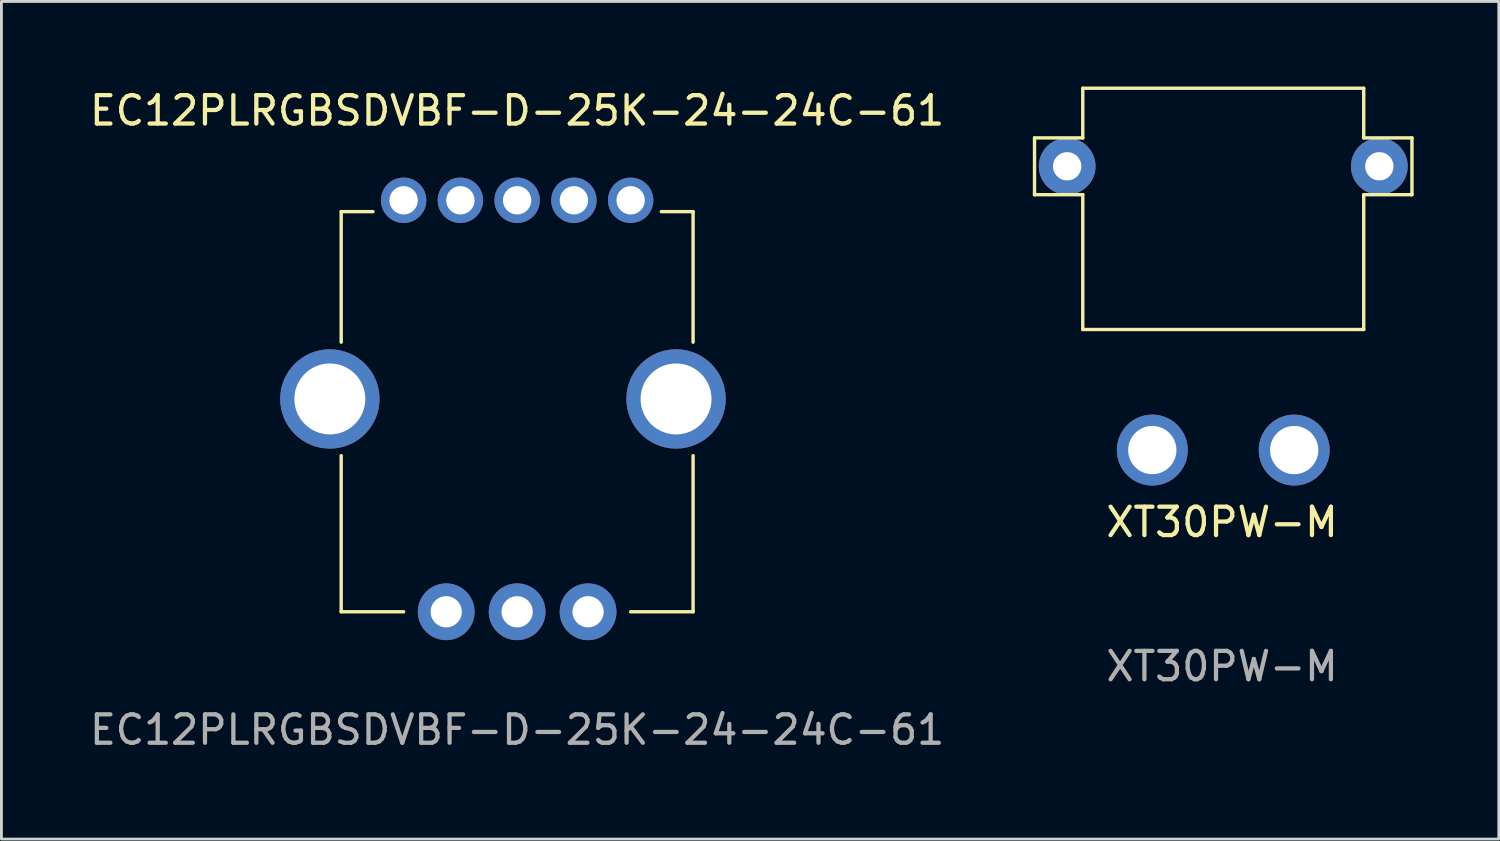
<source format=kicad_pcb>
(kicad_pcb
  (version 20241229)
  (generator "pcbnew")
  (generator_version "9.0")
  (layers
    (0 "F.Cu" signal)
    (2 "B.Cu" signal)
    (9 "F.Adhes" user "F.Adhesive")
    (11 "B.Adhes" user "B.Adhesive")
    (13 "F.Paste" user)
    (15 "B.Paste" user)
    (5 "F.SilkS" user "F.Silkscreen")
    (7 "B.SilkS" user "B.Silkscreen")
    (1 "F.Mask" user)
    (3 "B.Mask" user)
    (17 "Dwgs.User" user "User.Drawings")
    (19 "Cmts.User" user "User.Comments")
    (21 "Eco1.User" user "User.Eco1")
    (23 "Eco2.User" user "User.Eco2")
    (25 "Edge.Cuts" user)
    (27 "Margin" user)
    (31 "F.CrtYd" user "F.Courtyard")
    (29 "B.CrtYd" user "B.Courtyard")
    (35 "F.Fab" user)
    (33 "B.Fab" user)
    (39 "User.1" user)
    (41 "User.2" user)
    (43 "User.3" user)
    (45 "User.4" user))
  (footprint "XT30PW-M"
    (layer "F.Cu")
    (at 40.015 12.81)
    (property "Reference" "XT30PW-M" (at 0 2.54 0) (unlocked yes) (layer "F.SilkS") (effects (font (size 1 1) (thickness 0.15))))
    (attr through_hole)
    (fp_line (start -6.61 -11) (end -4.91 -11) (stroke (width 0.12) (type solid)) (layer "F.SilkS"))
    (fp_line (start -6.61 -9) (end -6.61 -11) (stroke (width 0.12) (type solid)) (layer "F.SilkS"))
    (fp_line (start -4.91 -12.75) (end 4.99 -12.75) (stroke (width 0.12) (type solid)) (layer "F.SilkS"))
    (fp_line (start -4.91 -11) (end -4.91 -12.75) (stroke (width 0.12) (type solid)) (layer "F.SilkS"))
    (fp_line (start -4.91 -9) (end -6.61 -9) (stroke (width 0.12) (type solid)) (layer "F.SilkS"))
    (fp_line (start -4.91 -4.25) (end -4.91 -9) (stroke (width 0.12) (type solid)) (layer "F.SilkS"))
    (fp_line (start 4.99 -12.75) (end 4.99 -11) (stroke (width 0.12) (type solid)) (layer "F.SilkS"))
    (fp_line (start 4.99 -11) (end 6.69 -11) (stroke (width 0.12) (type solid)) (layer "F.SilkS"))
    (fp_line (start 4.99 -9) (end 4.99 -4.25) (stroke (width 0.12) (type solid)) (layer "F.SilkS"))
    (fp_line (start 4.99 -4.25) (end -4.91 -4.25) (stroke (width 0.12) (type solid)) (layer "F.SilkS"))
    (fp_line (start 6.69 -11) (end 6.69 -9) (stroke (width 0.12) (type solid)) (layer "F.SilkS"))
    (fp_line (start 6.69 -9) (end 4.99 -9) (stroke (width 0.12) (type solid)) (layer "F.SilkS"))
    (fp_text user "${REFERENCE}" (at 0 7.62 0) (unlocked yes) (layer "F.Fab") (effects (font (size 1 1) (thickness 0.15))))
    (pad "" thru_hole circle (at -5.46 -10) (size 2 2) (drill 1) (layers "*.Cu" "*.Mask"))
    (pad "" thru_hole circle (at 5.54 -10) (size 2 2) (drill 1) (layers "*.Cu" "*.Mask"))
    (pad "1" thru_hole circle (at -2.46 0) (size 2.5 2.5) (drill 1.7) (layers "*.Cu" "*.Mask"))
    (pad "2" thru_hole circle (at 2.54 0) (size 2.5 2.5) (drill 1.7) (layers "*.Cu" "*.Mask")))
  (footprint "EC12PLRGBSDVBF-D-25K-24-24C-61"
    (layer "F.Cu")
    (at 15.173 11.008)
    (property "Reference" "EC12PLRGBSDVBF-D-25K-24-24C-61" (at 0 -10.16 0) (unlocked yes) (layer "F.SilkS") (effects (font (size 1 1) (thickness 0.15))))
    (attr through_hole)
    (fp_line (start -6.2 -6.6) (end -5.08 -6.6) (stroke (width 0.12) (type default)) (layer "F.SilkS"))
    (fp_line (start -6.2 -2) (end -6.2 -6.6) (stroke (width 0.12) (type default)) (layer "F.SilkS"))
    (fp_line (start -6.2 7.5) (end -6.2 2) (stroke (width 0.12) (type default)) (layer "F.SilkS"))
    (fp_line (start -4 7.5) (end -6.2 7.5) (stroke (width 0.12) (type default)) (layer "F.SilkS"))
    (fp_line (start 5.08 -6.6) (end 6.2 -6.6) (stroke (width 0.12) (type default)) (layer "F.SilkS"))
    (fp_line (start 6.2 -6.6) (end 6.2 -2) (stroke (width 0.12) (type default)) (layer "F.SilkS"))
    (fp_line (start 6.2 2) (end 6.2 7.5) (stroke (width 0.12) (type default)) (layer "F.SilkS"))
    (fp_line (start 6.2 7.5) (end 4 7.5) (stroke (width 0.12) (type default)) (layer "F.SilkS"))
    (fp_text user "${REFERENCE}" (at 0 11.66 0) (unlocked yes) (layer "F.Fab") (effects (font (size 1 1) (thickness 0.15))))
    (pad "1" thru_hole circle (at -4 -7) (size 1.6 1.6) (drill 1) (layers "*.Cu" "*.Mask"))
    (pad "2" thru_hole circle (at -2 -7) (size 1.6 1.6) (drill 1) (layers "*.Cu" "*.Mask"))
    (pad "3" thru_hole circle (at 0 -7) (size 1.6 1.6) (drill 1) (layers "*.Cu" "*.Mask"))
    (pad "4" thru_hole circle (at 2 -7) (size 1.6 1.6) (drill 1) (layers "*.Cu" "*.Mask"))
    (pad "5" thru_hole circle (at 4 -7) (size 1.6 1.6) (drill 1) (layers "*.Cu" "*.Mask"))
    (pad "A" thru_hole circle (at -2.5 7.5) (size 2 2) (drill 1.1) (layers "*.Cu" "*.Mask"))
    (pad "B" thru_hole circle (at 2.5 7.5) (size 2 2) (drill 1.1) (layers "*.Cu" "*.Mask"))
    (pad "C" thru_hole circle (at 0 7.5) (size 2 2) (drill 1.1) (layers "*.Cu" "*.Mask"))
    (pad "NC" thru_hole circle (at -6.6 0) (size 3.5 3.5) (drill 2.5) (layers "*.Cu" "*.Mask"))
    (pad "NC" thru_hole circle (at 5.6 0) (size 3.5 3.5) (drill 2.5) (layers "*.Cu" "*.Mask")))
  (gr_rect
    (start -3 -3)
    (end 49.765 26.517)
    (stroke (width 0.1) (type default))
    (fill no)
    (layer "Edge.Cuts")))
</source>
